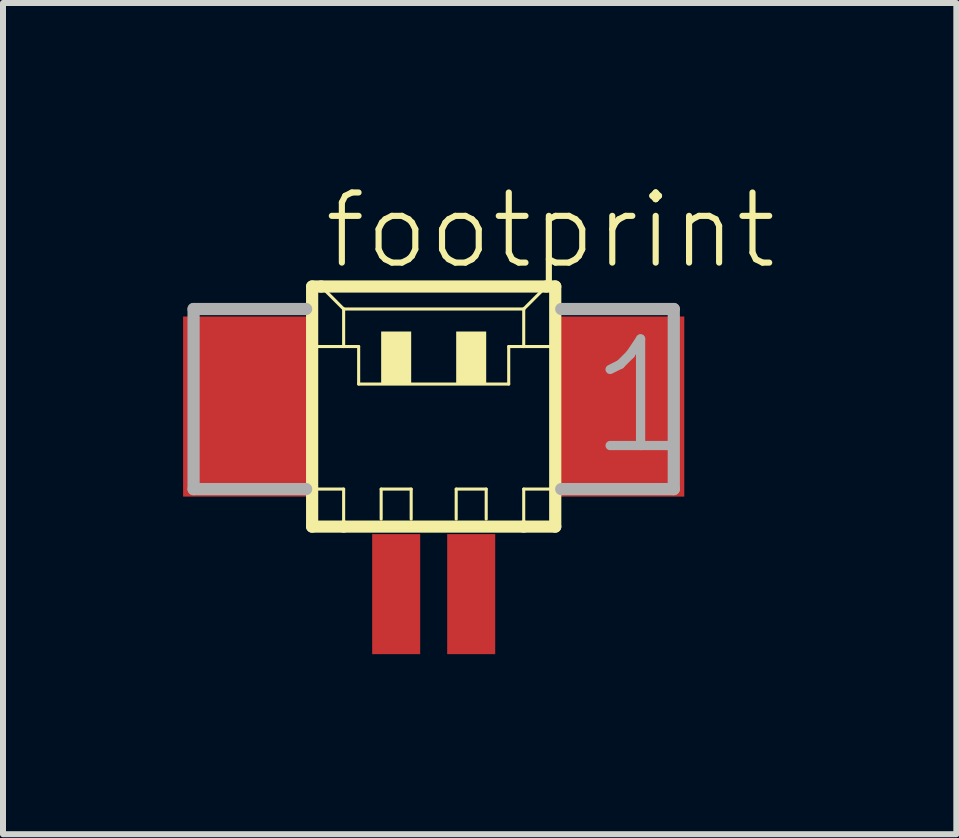
<source format=kicad_pcb>
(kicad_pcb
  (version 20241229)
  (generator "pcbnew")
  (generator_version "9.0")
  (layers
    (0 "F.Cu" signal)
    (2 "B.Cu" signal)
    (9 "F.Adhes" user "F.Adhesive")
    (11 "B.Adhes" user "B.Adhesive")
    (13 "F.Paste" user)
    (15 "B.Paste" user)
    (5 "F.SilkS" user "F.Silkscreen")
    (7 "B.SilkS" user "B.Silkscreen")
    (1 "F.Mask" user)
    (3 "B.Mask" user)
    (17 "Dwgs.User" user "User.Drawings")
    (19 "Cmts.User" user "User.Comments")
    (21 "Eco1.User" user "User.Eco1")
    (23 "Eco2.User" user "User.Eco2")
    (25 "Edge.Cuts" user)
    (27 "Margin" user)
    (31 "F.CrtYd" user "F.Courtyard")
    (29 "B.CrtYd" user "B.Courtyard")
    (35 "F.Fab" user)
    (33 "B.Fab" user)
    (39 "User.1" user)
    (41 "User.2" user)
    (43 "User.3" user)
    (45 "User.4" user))
  (footprint "footprint"
    (layer "F.Cu")
    (at 4.175 4.348)
    (property "Reference" "footprint" (at -1.875 -2.875 0) (layer "F.SilkS") (effects (font (size 1.168 1.168) (thickness 0.102)) (justify left bottom)))
    (fp_line (start -2.025 -2.625) (end -2.025 1.375) (stroke (width 0.203) (type solid)) (layer "F.SilkS"))
    (fp_line (start -2.025 1.375) (end -1.5 1.375) (stroke (width 0.203) (type solid)) (layer "F.SilkS"))
    (fp_line (start -2 -1.625) (end -1.5 -1.625) (stroke (width 0.051) (type solid)) (layer "F.SilkS"))
    (fp_line (start -2 0.75) (end -1.5 0.75) (stroke (width 0.051) (type solid)) (layer "F.SilkS"))
    (fp_line (start -1.875 -2.625) (end -2.025 -2.625) (stroke (width 0.203) (type solid)) (layer "F.SilkS"))
    (fp_line (start -1.5 -2.25) (end -1.875 -2.625) (stroke (width 0.051) (type solid)) (layer "F.SilkS"))
    (fp_line (start -1.5 -2.25) (end 1.5 -2.25) (stroke (width 0.051) (type solid)) (layer "F.SilkS"))
    (fp_line (start -1.5 -1.625) (end -1.5 -2.25) (stroke (width 0.051) (type solid)) (layer "F.SilkS"))
    (fp_line (start -1.5 -1.625) (end -1.25 -1.625) (stroke (width 0.051) (type solid)) (layer "F.SilkS"))
    (fp_line (start -1.5 0.75) (end -1.5 1.375) (stroke (width 0.051) (type solid)) (layer "F.SilkS"))
    (fp_line (start -1.5 1.375) (end 1.5 1.375) (stroke (width 0.203) (type solid)) (layer "F.SilkS"))
    (fp_line (start -1.25 -1.625) (end -1.25 -1) (stroke (width 0.051) (type solid)) (layer "F.SilkS"))
    (fp_line (start -1.25 -1) (end 1.25 -1) (stroke (width 0.051) (type solid)) (layer "F.SilkS"))
    (fp_line (start -0.875 0.75) (end -0.375 0.75) (stroke (width 0.051) (type solid)) (layer "F.SilkS"))
    (fp_line (start -0.875 1.25) (end -0.875 0.75) (stroke (width 0.051) (type solid)) (layer "F.SilkS"))
    (fp_line (start -0.375 0.75) (end -0.375 1.25) (stroke (width 0.051) (type solid)) (layer "F.SilkS"))
    (fp_line (start 0.375 0.75) (end 0.875 0.75) (stroke (width 0.051) (type solid)) (layer "F.SilkS"))
    (fp_line (start 0.375 1.25) (end 0.375 0.75) (stroke (width 0.051) (type solid)) (layer "F.SilkS"))
    (fp_line (start 0.875 0.75) (end 0.875 1.25) (stroke (width 0.051) (type solid)) (layer "F.SilkS"))
    (fp_line (start 1.25 -1.625) (end 1.25 -1) (stroke (width 0.051) (type solid)) (layer "F.SilkS"))
    (fp_line (start 1.25 -1.625) (end 1.5 -1.625) (stroke (width 0.051) (type solid)) (layer "F.SilkS"))
    (fp_line (start 1.5 -2.25) (end 1.5 -1.625) (stroke (width 0.051) (type solid)) (layer "F.SilkS"))
    (fp_line (start 1.5 -2.25) (end 1.875 -2.625) (stroke (width 0.051) (type solid)) (layer "F.SilkS"))
    (fp_line (start 1.5 -1.625) (end 2 -1.625) (stroke (width 0.051) (type solid)) (layer "F.SilkS"))
    (fp_line (start 1.5 0.75) (end 1.5 1.375) (stroke (width 0.051) (type solid)) (layer "F.SilkS"))
    (fp_line (start 1.5 0.75) (end 2 0.75) (stroke (width 0.051) (type solid)) (layer "F.SilkS"))
    (fp_line (start 1.5 1.375) (end 2.025 1.375) (stroke (width 0.203) (type solid)) (layer "F.SilkS"))
    (fp_line (start 1.875 -2.625) (end -1.875 -2.625) (stroke (width 0.203) (type solid)) (layer "F.SilkS"))
    (fp_line (start 2.025 -2.625) (end 1.875 -2.625) (stroke (width 0.203) (type solid)) (layer "F.SilkS"))
    (fp_line (start 2.025 1.375) (end 2.025 -2.625) (stroke (width 0.203) (type solid)) (layer "F.SilkS"))
    (fp_poly (pts (xy -0.875 -1) (xy -0.375 -1) (xy -0.375 -1.875) (xy -0.875 -1.875)) (stroke (width 0) (type solid)) (fill yes) (layer "F.SilkS"))
    (fp_poly (pts (xy 0.375 -1) (xy 0.875 -1) (xy 0.875 -1.875) (xy 0.375 -1.875)) (stroke (width 0) (type solid)) (fill yes) (layer "F.SilkS"))
    (fp_line (start -4 -2.25) (end -4 0.75) (stroke (width 0.203) (type solid)) (layer "F.Fab"))
    (fp_line (start -4 0.75) (end -2.125 0.75) (stroke (width 0.203) (type solid)) (layer "F.Fab"))
    (fp_line (start -2.125 -2.25) (end -4 -2.25) (stroke (width 0.203) (type solid)) (layer "F.Fab"))
    (fp_line (start 2.125 0.75) (end 4 0.75) (stroke (width 0.203) (type solid)) (layer "F.Fab"))
    (fp_line (start 4 -2.25) (end 2.125 -2.25) (stroke (width 0.203) (type solid)) (layer "F.Fab"))
    (fp_line (start 4 0.75) (end 4 -2.25) (stroke (width 0.203) (type solid)) (layer "F.Fab"))
    (fp_text user "1" (at 2.5 0.25 0) (layer "F.Fab") (effects (font (size 1.776 1.776) (thickness 0.154)) (justify left bottom)))
    (pad "1" smd rect (at 0.625 2.5) (size 0.8 2) (layers "F.Cu" "F.Mask" "F.Paste"))
    (pad "2" smd rect (at -0.625 2.5) (size 0.8 2) (layers "F.Cu" "F.Mask" "F.Paste"))
    (pad "S1" smd rect (at 3.125 -0.625) (size 2.1 3) (layers "F.Cu" "F.Mask" "F.Paste"))
    (pad "S2" smd rect (at -3.125 -0.625) (size 2.1 3) (layers "F.Cu" "F.Mask" "F.Paste")))
  (gr_rect
    (start -3 -3)
    (end 12.882 10.848)
    (stroke (width 0.1) (type default))
    (fill no)
    (layer "Edge.Cuts")))
</source>
